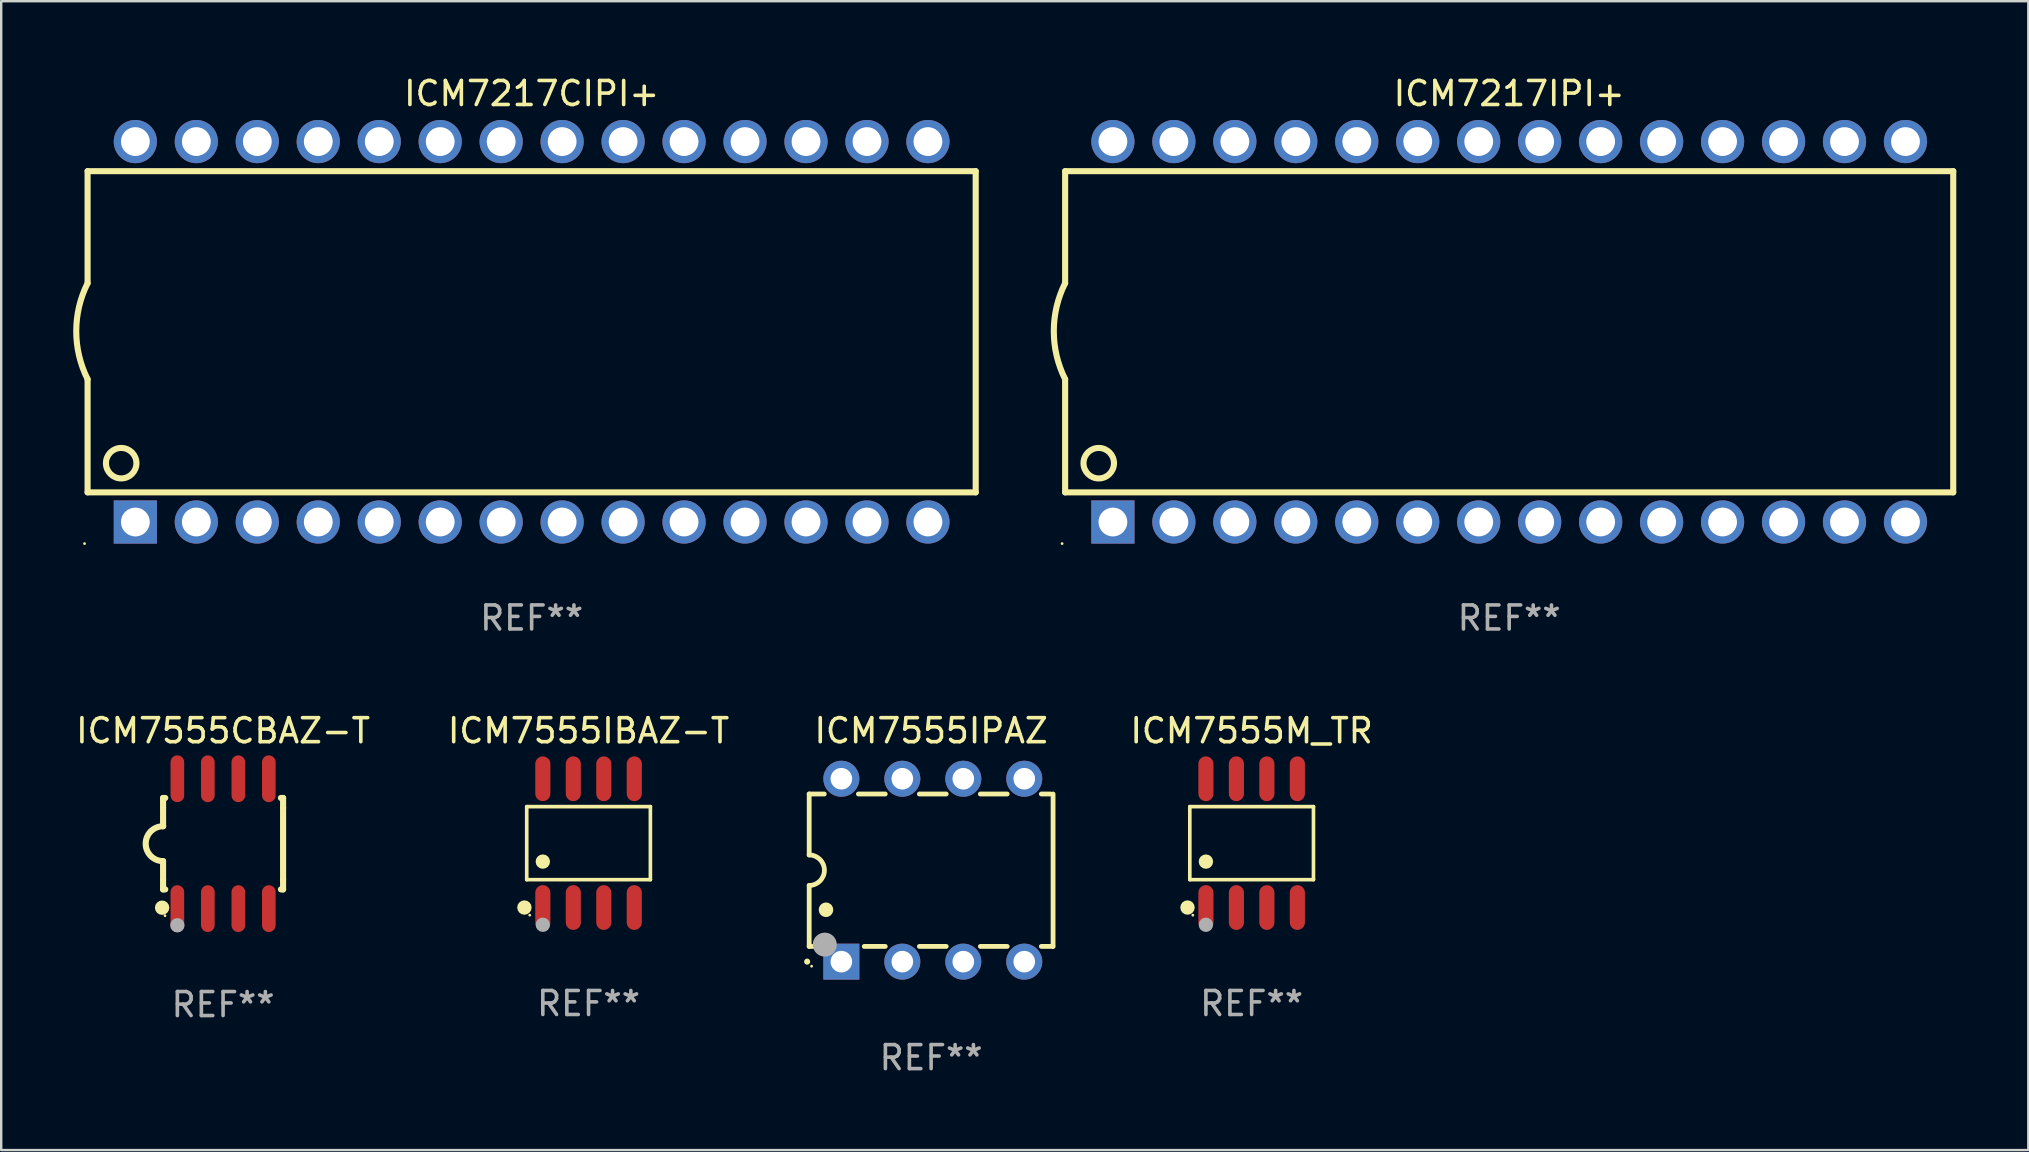
<source format=kicad_pcb>
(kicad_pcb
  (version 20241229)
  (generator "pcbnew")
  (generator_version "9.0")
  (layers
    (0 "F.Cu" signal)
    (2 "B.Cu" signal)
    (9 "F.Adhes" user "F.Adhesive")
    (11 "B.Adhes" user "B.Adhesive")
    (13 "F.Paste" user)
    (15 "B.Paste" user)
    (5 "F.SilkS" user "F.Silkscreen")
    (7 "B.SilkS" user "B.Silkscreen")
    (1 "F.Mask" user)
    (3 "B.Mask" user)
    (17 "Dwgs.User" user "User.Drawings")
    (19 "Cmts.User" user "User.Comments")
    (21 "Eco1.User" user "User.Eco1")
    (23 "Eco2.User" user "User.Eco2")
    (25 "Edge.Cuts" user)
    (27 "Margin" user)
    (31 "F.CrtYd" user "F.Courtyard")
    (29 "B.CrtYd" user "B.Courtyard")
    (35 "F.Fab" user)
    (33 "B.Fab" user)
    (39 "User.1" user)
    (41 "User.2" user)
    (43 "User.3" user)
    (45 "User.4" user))
  (footprint "ICM7555IPAZ"
    (layer "F.Cu")
    (at 35.742 33.204)
    (property "Reference" "ICM7555IPAZ" (at 0 -5.81 0) (layer "F.SilkS") (effects (font (size 1 1) (thickness 0.15))))
    (attr through_hole)
    (fp_line (start -5.08 -3.175) (end -4.451 -3.175) (stroke (width 0.2) (type solid)) (layer "F.SilkS"))
    (fp_line (start -5.08 -0.635) (end -5.08 -3.175) (stroke (width 0.2) (type solid)) (layer "F.SilkS"))
    (fp_line (start -5.08 3.175) (end -5.08 0.635) (stroke (width 0.2) (type solid)) (layer "F.SilkS"))
    (fp_line (start -4.694 3.175) (end -5.08 3.175) (stroke (width 0.2) (type solid)) (layer "F.SilkS"))
    (fp_line (start -3.029 -3.175) (end -1.911 -3.175) (stroke (width 0.2) (type solid)) (layer "F.SilkS"))
    (fp_line (start -1.911 3.175) (end -2.786 3.175) (stroke (width 0.2) (type solid)) (layer "F.SilkS"))
    (fp_line (start -0.489 -3.175) (end 0.629 -3.175) (stroke (width 0.2) (type solid)) (layer "F.SilkS"))
    (fp_line (start 0.629 3.175) (end -0.489 3.175) (stroke (width 0.2) (type solid)) (layer "F.SilkS"))
    (fp_line (start 2.051 -3.175) (end 3.169 -3.175) (stroke (width 0.2) (type solid)) (layer "F.SilkS"))
    (fp_line (start 3.169 3.175) (end 2.051 3.175) (stroke (width 0.2) (type solid)) (layer "F.SilkS"))
    (fp_line (start 4.591 -3.175) (end 4.97 -3.175) (stroke (width 0.2) (type solid)) (layer "F.SilkS"))
    (fp_line (start 5.074 3.175) (end 4.591 3.175) (stroke (width 0.2) (type solid)) (layer "F.SilkS"))
    (fp_line (start 5.08 -3.175) (end 5.08 3.175) (stroke (width 0.2) (type solid)) (layer "F.SilkS"))
    (fp_arc (start -5.164948 3.810008) (mid -5.164955 3.808738) (end -5.164948 3.807468) (stroke (width 0.25) (type solid)) (layer "F.SilkS"))
    (fp_arc (start -5.081128 -0.635001) (mid -4.446127 0) (end -5.081128 0.635001) (stroke (width 0.2) (type solid)) (layer "F.SilkS"))
    (fp_arc (start -4.380086 1.651003) (mid -4.380097 1.648463) (end -4.380086 1.645923) (stroke (width 0.6) (type solid)) (layer "F.SilkS"))
    (fp_circle (center -4.98 4) (end -4.95 4) (stroke (width 0.06) (type solid)) (fill no) (layer "F.SilkS"))
    (fp_circle (center -4.43 3.1) (end -4.18 3.1) (stroke (width 0.5) (type solid)) (fill no) (layer "F.Fab"))
    (fp_text user "REF**" (at 0 7.81 0) (layer "F.Fab") (effects (font (size 1 1) (thickness 0.15))))
    (pad "1" thru_hole rect (at -3.74 3.81) (size 1.5 1.5) (drill 0.9) (layers "*.Cu" "*.Mask"))
    (pad "2" thru_hole circle (at -1.2 3.81) (size 1.5 1.5) (drill 0.9) (layers "*.Cu" "*.Mask"))
    (pad "3" thru_hole circle (at 1.34 3.81) (size 1.5 1.5) (drill 0.9) (layers "*.Cu" "*.Mask"))
    (pad "4" thru_hole circle (at 3.88 3.81) (size 1.5 1.5) (drill 0.9) (layers "*.Cu" "*.Mask"))
    (pad "5" thru_hole circle (at 3.88 -3.81) (size 1.5 1.5) (drill 0.9) (layers "*.Cu" "*.Mask"))
    (pad "6" thru_hole circle (at 1.34 -3.81) (size 1.5 1.5) (drill 0.9) (layers "*.Cu" "*.Mask"))
    (pad "7" thru_hole circle (at -1.2 -3.81) (size 1.5 1.5) (drill 0.9) (layers "*.Cu" "*.Mask"))
    (pad "8" thru_hole circle (at -3.74 -3.81) (size 1.5 1.5) (drill 0.9) (layers "*.Cu" "*.Mask")))
  (footprint "ICM7555IBAZ-T"
    (layer "F.Cu")
    (at 21.47 32.077)
    (property "Reference" "ICM7555IBAZ-T" (at 0 -4.682 0) (layer "F.SilkS") (effects (font (size 1 1) (thickness 0.15))))
    (attr through_hole)
    (fp_line (start -2.576 -1.521) (end 2.576 -1.521) (stroke (width 0.152) (type solid)) (layer "F.SilkS"))
    (fp_line (start -2.576 1.521) (end -2.576 -1.521) (stroke (width 0.152) (type solid)) (layer "F.SilkS"))
    (fp_line (start 2.576 -1.521) (end 2.576 1.521) (stroke (width 0.152) (type solid)) (layer "F.SilkS"))
    (fp_line (start 2.576 1.521) (end -2.576 1.521) (stroke (width 0.152) (type solid)) (layer "F.SilkS"))
    (fp_circle (center -2.672 2.682) (end -2.522 2.682) (stroke (width 0.3) (type solid)) (fill no) (layer "F.SilkS"))
    (fp_circle (center -2.45 3) (end -2.42 3) (stroke (width 0.06) (type solid)) (fill no) (layer "F.SilkS"))
    (fp_circle (center -1.905 0.769) (end -1.755 0.769) (stroke (width 0.3) (type solid)) (fill no) (layer "F.SilkS"))
    (fp_circle (center -1.905 3.4) (end -1.755 3.4) (stroke (width 0.3) (type solid)) (fill no) (layer "F.Fab"))
    (fp_text user "REF**" (at 0 6.682 0) (layer "F.Fab") (effects (font (size 1 1) (thickness 0.15))))
    (pad "1" smd oval (at -1.905 2.682) (size 0.63 1.865) (layers "F.Cu" "F.Mask" "F.Paste"))
    (pad "2" smd oval (at -0.635 2.682) (size 0.63 1.865) (layers "F.Cu" "F.Mask" "F.Paste"))
    (pad "3" smd oval (at 0.635 2.682) (size 0.63 1.865) (layers "F.Cu" "F.Mask" "F.Paste"))
    (pad "4" smd oval (at 1.905 2.682) (size 0.63 1.865) (layers "F.Cu" "F.Mask" "F.Paste"))
    (pad "5" smd oval (at 1.905 -2.682) (size 0.63 1.865) (layers "F.Cu" "F.Mask" "F.Paste"))
    (pad "6" smd oval (at 0.635 -2.682) (size 0.63 1.865) (layers "F.Cu" "F.Mask" "F.Paste"))
    (pad "7" smd oval (at -0.635 -2.682) (size 0.63 1.865) (layers "F.Cu" "F.Mask" "F.Paste"))
    (pad "8" smd oval (at -1.905 -2.682) (size 0.63 1.865) (layers "F.Cu" "F.Mask" "F.Paste")))
  (footprint "ICM7555CBAZ-T"
    (layer "F.Cu")
    (at 6.244 32.099)
    (property "Reference" "ICM7555CBAZ-T" (at 0 -4.705 0) (layer "F.SilkS") (effects (font (size 1 1) (thickness 0.15))))
    (attr through_hole)
    (fp_line (start -2.5 -1.905) (end -2.409 -1.905) (stroke (width 0.254) (type solid)) (layer "F.SilkS"))
    (fp_line (start -2.5 -1.5) (end -2.5 -1.905) (stroke (width 0.254) (type solid)) (layer "F.SilkS"))
    (fp_line (start -2.5 -1.5) (end -2.5 -0.726) (stroke (width 0.254) (type solid)) (layer "F.SilkS"))
    (fp_line (start -2.5 1.5) (end -2.5 0.727) (stroke (width 0.254) (type solid)) (layer "F.SilkS"))
    (fp_line (start -2.5 1.5) (end -2.5 1.905) (stroke (width 0.254) (type solid)) (layer "F.SilkS"))
    (fp_line (start -2.5 1.905) (end -2.409 1.905) (stroke (width 0.254) (type solid)) (layer "F.SilkS"))
    (fp_line (start 2.5 -1.905) (end 2.409 -1.905) (stroke (width 0.254) (type solid)) (layer "F.SilkS"))
    (fp_line (start 2.5 -1.5) (end 2.5 -1.905) (stroke (width 0.254) (type solid)) (layer "F.SilkS"))
    (fp_line (start 2.5 -1.5) (end 2.5 1.5) (stroke (width 0.254) (type solid)) (layer "F.SilkS"))
    (fp_line (start 2.5 1.5) (end 2.5 1.905) (stroke (width 0.254) (type solid)) (layer "F.SilkS"))
    (fp_line (start 2.5 1.905) (end 2.409 1.905) (stroke (width 0.254) (type solid)) (layer "F.SilkS"))
    (fp_arc (start -2.5 0.726568) (mid -3.220316 -0.0023) (end -2.495097 -0.726289) (stroke (width 0.254001) (type solid)) (layer "F.SilkS"))
    (fp_circle (center -2.54 2.667) (end -2.39 2.667) (stroke (width 0.3) (type solid)) (fill no) (layer "F.SilkS"))
    (fp_circle (center -2.42 3) (end -2.39 3) (stroke (width 0.06) (type solid)) (fill no) (layer "F.SilkS"))
    (fp_circle (center -1.905 3.4) (end -1.755 3.4) (stroke (width 0.3) (type solid)) (fill no) (layer "F.Fab"))
    (fp_text user "REF**" (at 0 6.705 0) (layer "F.Fab") (effects (font (size 1 1) (thickness 0.15))))
    (pad "1" smd oval (at -1.905 2.705) (size 0.568 1.95) (layers "F.Cu" "F.Mask" "F.Paste"))
    (pad "2" smd oval (at -0.635 2.705) (size 0.568 1.95) (layers "F.Cu" "F.Mask" "F.Paste"))
    (pad "3" smd oval (at 0.635 2.705) (size 0.568 1.95) (layers "F.Cu" "F.Mask" "F.Paste"))
    (pad "4" smd oval (at 1.905 2.705) (size 0.568 1.95) (layers "F.Cu" "F.Mask" "F.Paste"))
    (pad "5" smd oval (at 1.905 -2.705) (size 0.568 1.95) (layers "F.Cu" "F.Mask" "F.Paste"))
    (pad "6" smd oval (at 0.635 -2.705) (size 0.568 1.95) (layers "F.Cu" "F.Mask" "F.Paste"))
    (pad "7" smd oval (at -0.635 -2.705) (size 0.568 1.95) (layers "F.Cu" "F.Mask" "F.Paste"))
    (pad "8" smd oval (at -1.905 -2.705) (size 0.568 1.95) (layers "F.Cu" "F.Mask" "F.Paste")))
  (footprint "ICM7217CIPI+"
    (layer "F.Cu")
    (at 19.099 10.773)
    (property "Reference" "ICM7217CIPI+" (at 0 -9.925 0) (layer "F.SilkS") (effects (font (size 1 1) (thickness 0.15))))
    (attr through_hole)
    (fp_line (start -18.5 -6.692) (end -18.5 -2.026) (stroke (width 0.254) (type solid)) (layer "F.SilkS"))
    (fp_line (start -18.5 6.689) (end -18.5 1.974) (stroke (width 0.254) (type solid)) (layer "F.SilkS"))
    (fp_line (start -18.5 6.689) (end 18.5 6.689) (stroke (width 0.254) (type solid)) (layer "F.SilkS"))
    (fp_line (start 18.5 -6.692) (end -18.5 -6.692) (stroke (width 0.254) (type solid)) (layer "F.SilkS"))
    (fp_line (start 18.5 6.689) (end 18.5 -6.692) (stroke (width 0.254) (type solid)) (layer "F.SilkS"))
    (fp_arc (start -18.500051 1.974346) (mid -18.972187 -0.025654) (end -18.500051 -2.025654) (stroke (width 0.254001) (type solid)) (layer "F.SilkS"))
    (fp_circle (center -18.627 8.824) (end -18.597 8.824) (stroke (width 0.06) (type solid)) (fill no) (layer "F.SilkS"))
    (fp_circle (center -17.1 5.474) (end -16.465 5.474) (stroke (width 0.254) (type solid)) (fill no) (layer "F.SilkS"))
    (fp_text user "REF**" (at 0 11.925 0) (layer "F.Fab") (effects (font (size 1 1) (thickness 0.15))))
    (pad "1" thru_hole rect (at -16.51 7.925) (size 1.8 1.8) (drill 1.2) (layers "*.Cu" "*.Mask"))
    (pad "2" thru_hole circle (at -13.97 7.924) (size 1.8 1.8) (drill 1.2) (layers "*.Cu" "*.Mask"))
    (pad "3" thru_hole circle (at -11.43 7.924) (size 1.8 1.8) (drill 1.2) (layers "*.Cu" "*.Mask"))
    (pad "4" thru_hole circle (at -8.89 7.924) (size 1.8 1.8) (drill 1.2) (layers "*.Cu" "*.Mask"))
    (pad "5" thru_hole circle (at -6.35 7.924) (size 1.8 1.8) (drill 1.2) (layers "*.Cu" "*.Mask"))
    (pad "6" thru_hole circle (at -3.81 7.924) (size 1.8 1.8) (drill 1.2) (layers "*.Cu" "*.Mask"))
    (pad "7" thru_hole circle (at -1.27 7.924) (size 1.8 1.8) (drill 1.2) (layers "*.Cu" "*.Mask"))
    (pad "8" thru_hole circle (at 1.27 7.924) (size 1.8 1.8) (drill 1.2) (layers "*.Cu" "*.Mask"))
    (pad "9" thru_hole circle (at 3.81 7.924) (size 1.8 1.8) (drill 1.2) (layers "*.Cu" "*.Mask"))
    (pad "10" thru_hole circle (at 6.35 7.924) (size 1.8 1.8) (drill 1.2) (layers "*.Cu" "*.Mask"))
    (pad "11" thru_hole circle (at 8.89 7.924) (size 1.8 1.8) (drill 1.2) (layers "*.Cu" "*.Mask"))
    (pad "12" thru_hole circle (at 11.43 7.924) (size 1.8 1.8) (drill 1.2) (layers "*.Cu" "*.Mask"))
    (pad "13" thru_hole circle (at 13.97 7.924) (size 1.8 1.8) (drill 1.2) (layers "*.Cu" "*.Mask"))
    (pad "14" thru_hole circle (at 16.51 7.924) (size 1.8 1.8) (drill 1.2) (layers "*.Cu" "*.Mask"))
    (pad "15" thru_hole circle (at 16.51 -7.925) (size 1.8 1.8) (drill 1.2) (layers "*.Cu" "*.Mask"))
    (pad "16" thru_hole circle (at 13.97 -7.925) (size 1.8 1.8) (drill 1.2) (layers "*.Cu" "*.Mask"))
    (pad "17" thru_hole circle (at 11.43 -7.925) (size 1.8 1.8) (drill 1.2) (layers "*.Cu" "*.Mask"))
    (pad "18" thru_hole circle (at 8.89 -7.925) (size 1.8 1.8) (drill 1.2) (layers "*.Cu" "*.Mask"))
    (pad "19" thru_hole circle (at 6.35 -7.925) (size 1.8 1.8) (drill 1.2) (layers "*.Cu" "*.Mask"))
    (pad "20" thru_hole circle (at 3.81 -7.925) (size 1.8 1.8) (drill 1.2) (layers "*.Cu" "*.Mask"))
    (pad "21" thru_hole circle (at 1.27 -7.925) (size 1.8 1.8) (drill 1.2) (layers "*.Cu" "*.Mask"))
    (pad "22" thru_hole circle (at -1.27 -7.925) (size 1.8 1.8) (drill 1.2) (layers "*.Cu" "*.Mask"))
    (pad "23" thru_hole circle (at -3.81 -7.925) (size 1.8 1.8) (drill 1.2) (layers "*.Cu" "*.Mask"))
    (pad "24" thru_hole circle (at -6.35 -7.925) (size 1.8 1.8) (drill 1.2) (layers "*.Cu" "*.Mask"))
    (pad "25" thru_hole circle (at -8.89 -7.925) (size 1.8 1.8) (drill 1.2) (layers "*.Cu" "*.Mask"))
    (pad "26" thru_hole circle (at -11.43 -7.925) (size 1.8 1.8) (drill 1.2) (layers "*.Cu" "*.Mask"))
    (pad "27" thru_hole circle (at -13.97 -7.925) (size 1.8 1.8) (drill 1.2) (layers "*.Cu" "*.Mask"))
    (pad "28" thru_hole circle (at -16.51 -7.925) (size 1.8 1.8) (drill 1.2) (layers "*.Cu" "*.Mask")))
  (footprint "ICM7555M_TR"
    (layer "F.Cu")
    (at 49.095 32.077)
    (property "Reference" "ICM7555M_TR" (at 0 -4.682 0) (layer "F.SilkS") (effects (font (size 1 1) (thickness 0.15))))
    (attr through_hole)
    (fp_line (start -2.576 -1.521) (end 2.576 -1.521) (stroke (width 0.152) (type solid)) (layer "F.SilkS"))
    (fp_line (start -2.576 1.521) (end -2.576 -1.521) (stroke (width 0.152) (type solid)) (layer "F.SilkS"))
    (fp_line (start 2.576 -1.521) (end 2.576 1.521) (stroke (width 0.152) (type solid)) (layer "F.SilkS"))
    (fp_line (start 2.576 1.521) (end -2.576 1.521) (stroke (width 0.152) (type solid)) (layer "F.SilkS"))
    (fp_circle (center -2.672 2.682) (end -2.522 2.682) (stroke (width 0.3) (type solid)) (fill no) (layer "F.SilkS"))
    (fp_circle (center -2.45 3) (end -2.42 3) (stroke (width 0.06) (type solid)) (fill no) (layer "F.SilkS"))
    (fp_circle (center -1.905 0.769) (end -1.755 0.769) (stroke (width 0.3) (type solid)) (fill no) (layer "F.SilkS"))
    (fp_circle (center -1.905 3.4) (end -1.755 3.4) (stroke (width 0.3) (type solid)) (fill no) (layer "F.Fab"))
    (fp_text user "REF**" (at 0 6.682 0) (layer "F.Fab") (effects (font (size 1 1) (thickness 0.15))))
    (pad "1" smd oval (at -1.905 2.682) (size 0.63 1.865) (layers "F.Cu" "F.Mask" "F.Paste"))
    (pad "2" smd oval (at -0.635 2.682) (size 0.63 1.865) (layers "F.Cu" "F.Mask" "F.Paste"))
    (pad "3" smd oval (at 0.635 2.682) (size 0.63 1.865) (layers "F.Cu" "F.Mask" "F.Paste"))
    (pad "4" smd oval (at 1.905 2.682) (size 0.63 1.865) (layers "F.Cu" "F.Mask" "F.Paste"))
    (pad "5" smd oval (at 1.905 -2.682) (size 0.63 1.865) (layers "F.Cu" "F.Mask" "F.Paste"))
    (pad "6" smd oval (at 0.635 -2.682) (size 0.63 1.865) (layers "F.Cu" "F.Mask" "F.Paste"))
    (pad "7" smd oval (at -0.635 -2.682) (size 0.63 1.865) (layers "F.Cu" "F.Mask" "F.Paste"))
    (pad "8" smd oval (at -1.905 -2.682) (size 0.63 1.865) (layers "F.Cu" "F.Mask" "F.Paste")))
  (footprint "ICM7217IPI+"
    (layer "F.Cu")
    (at 59.825 10.773)
    (property "Reference" "ICM7217IPI+" (at 0 -9.925 0) (layer "F.SilkS") (effects (font (size 1 1) (thickness 0.15))))
    (attr through_hole)
    (fp_line (start -18.5 -6.692) (end -18.5 -2.026) (stroke (width 0.254) (type solid)) (layer "F.SilkS"))
    (fp_line (start -18.5 6.689) (end -18.5 1.974) (stroke (width 0.254) (type solid)) (layer "F.SilkS"))
    (fp_line (start -18.5 6.689) (end 18.5 6.689) (stroke (width 0.254) (type solid)) (layer "F.SilkS"))
    (fp_line (start 18.5 -6.692) (end -18.5 -6.692) (stroke (width 0.254) (type solid)) (layer "F.SilkS"))
    (fp_line (start 18.5 6.689) (end 18.5 -6.692) (stroke (width 0.254) (type solid)) (layer "F.SilkS"))
    (fp_arc (start -18.500051 1.974346) (mid -18.972187 -0.025654) (end -18.500051 -2.025654) (stroke (width 0.254001) (type solid)) (layer "F.SilkS"))
    (fp_circle (center -18.627 8.824) (end -18.597 8.824) (stroke (width 0.06) (type solid)) (fill no) (layer "F.SilkS"))
    (fp_circle (center -17.1 5.474) (end -16.465 5.474) (stroke (width 0.254) (type solid)) (fill no) (layer "F.SilkS"))
    (fp_text user "REF**" (at 0 11.925 0) (layer "F.Fab") (effects (font (size 1 1) (thickness 0.15))))
    (pad "1" thru_hole rect (at -16.51 7.925) (size 1.8 1.8) (drill 1.2) (layers "*.Cu" "*.Mask"))
    (pad "2" thru_hole circle (at -13.97 7.924) (size 1.8 1.8) (drill 1.2) (layers "*.Cu" "*.Mask"))
    (pad "3" thru_hole circle (at -11.43 7.924) (size 1.8 1.8) (drill 1.2) (layers "*.Cu" "*.Mask"))
    (pad "4" thru_hole circle (at -8.89 7.924) (size 1.8 1.8) (drill 1.2) (layers "*.Cu" "*.Mask"))
    (pad "5" thru_hole circle (at -6.35 7.924) (size 1.8 1.8) (drill 1.2) (layers "*.Cu" "*.Mask"))
    (pad "6" thru_hole circle (at -3.81 7.924) (size 1.8 1.8) (drill 1.2) (layers "*.Cu" "*.Mask"))
    (pad "7" thru_hole circle (at -1.27 7.924) (size 1.8 1.8) (drill 1.2) (layers "*.Cu" "*.Mask"))
    (pad "8" thru_hole circle (at 1.27 7.924) (size 1.8 1.8) (drill 1.2) (layers "*.Cu" "*.Mask"))
    (pad "9" thru_hole circle (at 3.81 7.924) (size 1.8 1.8) (drill 1.2) (layers "*.Cu" "*.Mask"))
    (pad "10" thru_hole circle (at 6.35 7.924) (size 1.8 1.8) (drill 1.2) (layers "*.Cu" "*.Mask"))
    (pad "11" thru_hole circle (at 8.89 7.924) (size 1.8 1.8) (drill 1.2) (layers "*.Cu" "*.Mask"))
    (pad "12" thru_hole circle (at 11.43 7.924) (size 1.8 1.8) (drill 1.2) (layers "*.Cu" "*.Mask"))
    (pad "13" thru_hole circle (at 13.97 7.924) (size 1.8 1.8) (drill 1.2) (layers "*.Cu" "*.Mask"))
    (pad "14" thru_hole circle (at 16.51 7.924) (size 1.8 1.8) (drill 1.2) (layers "*.Cu" "*.Mask"))
    (pad "15" thru_hole circle (at 16.51 -7.925) (size 1.8 1.8) (drill 1.2) (layers "*.Cu" "*.Mask"))
    (pad "16" thru_hole circle (at 13.97 -7.925) (size 1.8 1.8) (drill 1.2) (layers "*.Cu" "*.Mask"))
    (pad "17" thru_hole circle (at 11.43 -7.925) (size 1.8 1.8) (drill 1.2) (layers "*.Cu" "*.Mask"))
    (pad "18" thru_hole circle (at 8.89 -7.925) (size 1.8 1.8) (drill 1.2) (layers "*.Cu" "*.Mask"))
    (pad "19" thru_hole circle (at 6.35 -7.925) (size 1.8 1.8) (drill 1.2) (layers "*.Cu" "*.Mask"))
    (pad "20" thru_hole circle (at 3.81 -7.925) (size 1.8 1.8) (drill 1.2) (layers "*.Cu" "*.Mask"))
    (pad "21" thru_hole circle (at 1.27 -7.925) (size 1.8 1.8) (drill 1.2) (layers "*.Cu" "*.Mask"))
    (pad "22" thru_hole circle (at -1.27 -7.925) (size 1.8 1.8) (drill 1.2) (layers "*.Cu" "*.Mask"))
    (pad "23" thru_hole circle (at -3.81 -7.925) (size 1.8 1.8) (drill 1.2) (layers "*.Cu" "*.Mask"))
    (pad "24" thru_hole circle (at -6.35 -7.925) (size 1.8 1.8) (drill 1.2) (layers "*.Cu" "*.Mask"))
    (pad "25" thru_hole circle (at -8.89 -7.925) (size 1.8 1.8) (drill 1.2) (layers "*.Cu" "*.Mask"))
    (pad "26" thru_hole circle (at -11.43 -7.925) (size 1.8 1.8) (drill 1.2) (layers "*.Cu" "*.Mask"))
    (pad "27" thru_hole circle (at -13.97 -7.925) (size 1.8 1.8) (drill 1.2) (layers "*.Cu" "*.Mask"))
    (pad "28" thru_hole circle (at -16.51 -7.925) (size 1.8 1.8) (drill 1.2) (layers "*.Cu" "*.Mask")))
  (gr_rect
    (start -3 -3)
    (end 81.452 44.863)
    (stroke (width 0.1) (type default))
    (fill no)
    (layer "Edge.Cuts")))
</source>
